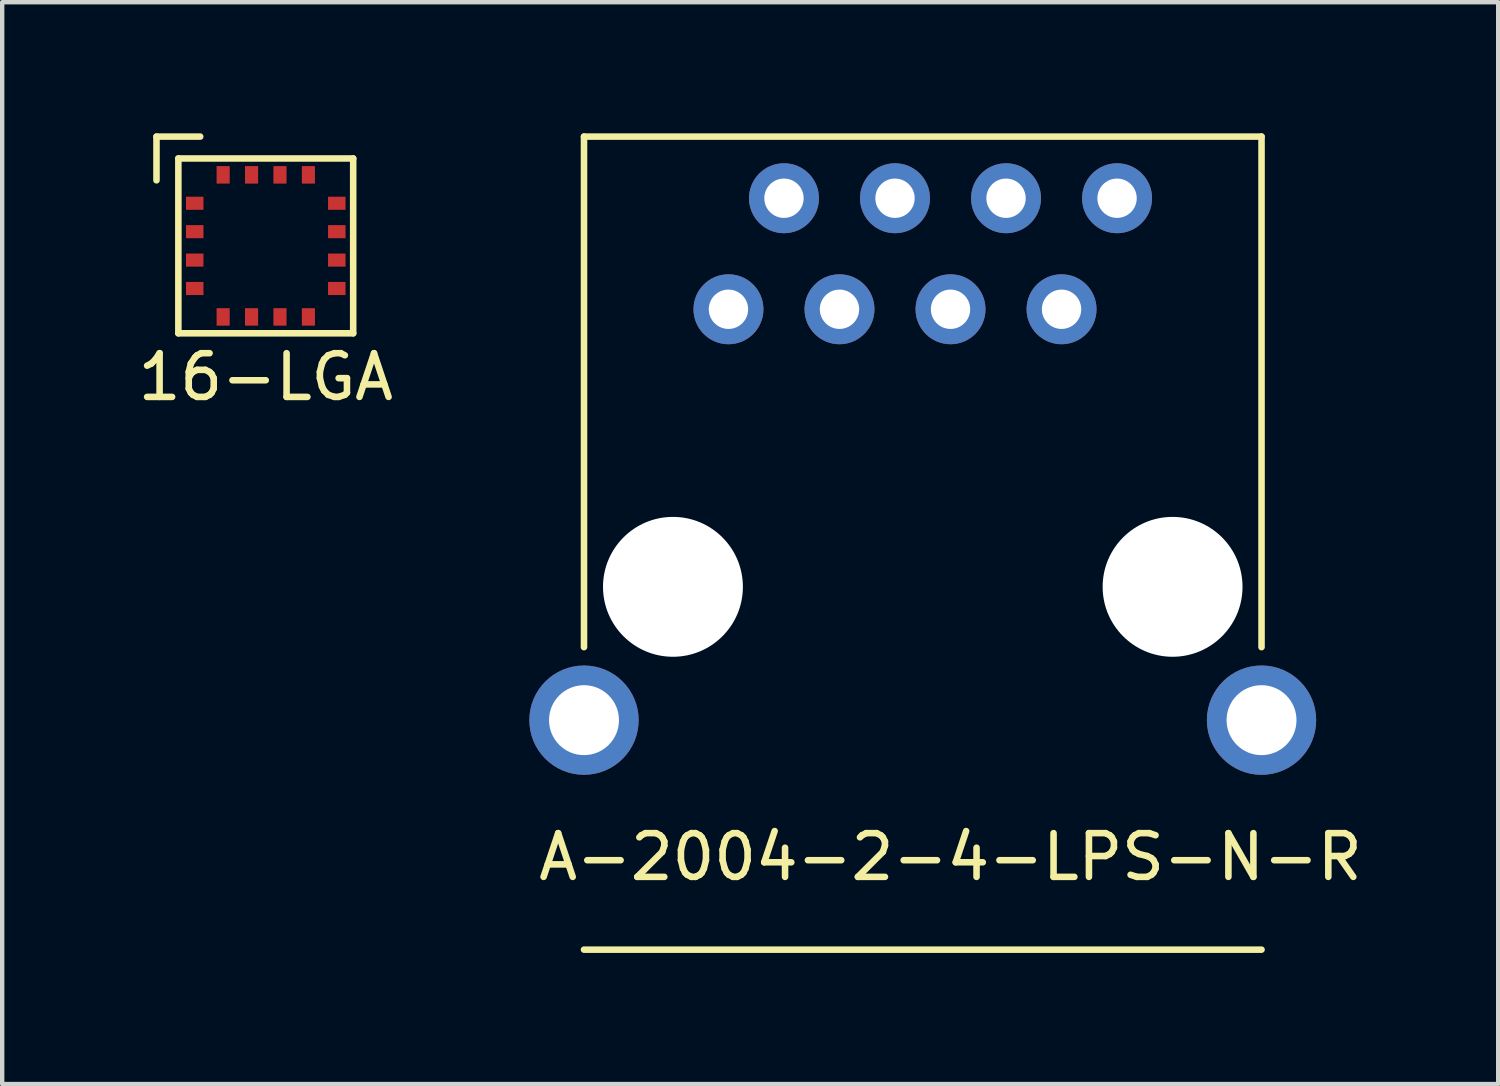
<source format=kicad_pcb>
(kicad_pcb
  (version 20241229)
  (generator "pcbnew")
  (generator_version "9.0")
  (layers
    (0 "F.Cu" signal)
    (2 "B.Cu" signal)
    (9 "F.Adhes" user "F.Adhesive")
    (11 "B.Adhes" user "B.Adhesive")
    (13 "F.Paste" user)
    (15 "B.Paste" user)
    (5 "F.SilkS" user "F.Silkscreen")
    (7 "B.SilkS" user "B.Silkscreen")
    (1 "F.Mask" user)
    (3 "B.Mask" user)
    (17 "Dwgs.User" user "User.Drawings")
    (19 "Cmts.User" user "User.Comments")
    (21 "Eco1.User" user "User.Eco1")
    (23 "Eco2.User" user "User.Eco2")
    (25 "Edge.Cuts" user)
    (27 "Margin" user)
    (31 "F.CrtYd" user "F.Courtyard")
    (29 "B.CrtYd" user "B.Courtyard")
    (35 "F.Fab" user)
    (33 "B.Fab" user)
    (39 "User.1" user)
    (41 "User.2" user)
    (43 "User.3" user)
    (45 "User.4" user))
  (footprint "A-2004-2-4-LPS-N-R"
    (layer "F.Cu")
    (at 18.695 2.755)
    (property "Reference" "A-2004-2-4-LPS-N-R" (at 0 13.8 0) (layer "F.SilkS") (effects (font (size 1 1) (thickness 0.15))))
    (attr through_hole)
    (fp_line (start -8.385 -2.68) (end -8.385 9) (stroke (width 0.15) (type solid)) (layer "F.SilkS"))
    (fp_line (start 7.115 -2.68) (end -8.385 -2.68) (stroke (width 0.15) (type solid)) (layer "F.SilkS"))
    (fp_line (start 7.115 -2.68) (end 7.115 9) (stroke (width 0.15) (type solid)) (layer "F.SilkS"))
    (fp_line (start 7.115 15.92) (end -8.385 15.92) (stroke (width 0.15) (type solid)) (layer "F.SilkS"))
    (pad "" np_thru_hole circle (at -6.35 7.62 90) (size 3.2 3.2) (drill 3.2) (layers "*.Cu" "*.Mask"))
    (pad "" np_thru_hole circle (at 5.08 7.62 90) (size 3.2 3.2) (drill 3.2) (layers "*.Cu" "*.Mask"))
    (pad "1" thru_hole circle (at -5.08 1.27) (size 1.6 1.6) (drill 0.9) (layers "*.Cu" "*.Mask"))
    (pad "2" thru_hole circle (at -3.81 -1.27) (size 1.6 1.6) (drill 0.9) (layers "*.Cu" "*.Mask"))
    (pad "3" thru_hole circle (at -2.54 1.27) (size 1.6 1.6) (drill 0.9) (layers "*.Cu" "*.Mask"))
    (pad "4" thru_hole circle (at -1.27 -1.27) (size 1.6 1.6) (drill 0.9) (layers "*.Cu" "*.Mask"))
    (pad "5" thru_hole circle (at 0 1.27) (size 1.6 1.6) (drill 0.9) (layers "*.Cu" "*.Mask"))
    (pad "6" thru_hole circle (at 1.27 -1.27) (size 1.6 1.6) (drill 0.9) (layers "*.Cu" "*.Mask"))
    (pad "7" thru_hole circle (at 2.54 1.27) (size 1.6 1.6) (drill 0.9) (layers "*.Cu" "*.Mask"))
    (pad "8" thru_hole circle (at 3.81 -1.27 90) (size 1.6 1.6) (drill 0.9) (layers "*.Cu" "*.Mask"))
    (pad "9" thru_hole circle (at -8.385 10.67 90) (size 2.5 2.5) (drill 1.6) (layers "*.Cu" "*.Mask"))
    (pad "9" thru_hole circle (at 7.115 10.67 90) (size 2.5 2.5) (drill 1.6) (layers "*.Cu" "*.Mask")))
  (footprint "16-LGA"
    (layer "F.Cu")
    (at 3.03 2.575)
    (property "Reference" "16-LGA" (at 0 3 0) (layer "F.SilkS") (effects (font (size 1 1) (thickness 0.15))))
    (attr through_hole)
    (fp_line (start -2.5 -2.5) (end -2.5 -1.5) (stroke (width 0.15) (type solid)) (layer "F.SilkS"))
    (fp_line (start -2.5 -2.5) (end -1.5 -2.5) (stroke (width 0.15) (type solid)) (layer "F.SilkS"))
    (fp_line (start -2 -2) (end 2 -2) (stroke (width 0.15) (type solid)) (layer "F.SilkS"))
    (fp_line (start -2 2) (end -2 -2) (stroke (width 0.15) (type solid)) (layer "F.SilkS"))
    (fp_line (start 2 -2) (end 2 2) (stroke (width 0.15) (type solid)) (layer "F.SilkS"))
    (fp_line (start 2 2) (end -2 2) (stroke (width 0.15) (type solid)) (layer "F.SilkS"))
    (pad "1" smd rect (at -1.625 -0.975) (size 0.4 0.3) (layers "F.Cu" "F.Mask" "F.Paste"))
    (pad "2" smd rect (at -1.625 -0.325) (size 0.4 0.3) (layers "F.Cu" "F.Mask" "F.Paste"))
    (pad "3" smd rect (at -1.625 0.325) (size 0.4 0.3) (layers "F.Cu" "F.Mask" "F.Paste"))
    (pad "4" smd rect (at -1.625 0.975) (size 0.4 0.3) (layers "F.Cu" "F.Mask" "F.Paste"))
    (pad "5" smd rect (at -0.975 1.625 90) (size 0.4 0.3) (layers "F.Cu" "F.Mask" "F.Paste"))
    (pad "6" smd rect (at -0.325 1.625 90) (size 0.4 0.3) (layers "F.Cu" "F.Mask" "F.Paste"))
    (pad "7" smd rect (at 0.325 1.625 90) (size 0.4 0.3) (layers "F.Cu" "F.Mask" "F.Paste"))
    (pad "8" smd rect (at 0.975 1.625 90) (size 0.4 0.3) (layers "F.Cu" "F.Mask" "F.Paste"))
    (pad "9" smd rect (at 1.625 0.975 180) (size 0.4 0.3) (layers "F.Cu" "F.Mask" "F.Paste"))
    (pad "10" smd rect (at 1.625 0.325 180) (size 0.4 0.3) (layers "F.Cu" "F.Mask" "F.Paste"))
    (pad "11" smd rect (at 1.625 -0.325) (size 0.4 0.3) (layers "F.Cu" "F.Mask" "F.Paste"))
    (pad "12" smd rect (at 1.625 -0.975 180) (size 0.4 0.3) (layers "F.Cu" "F.Mask" "F.Paste"))
    (pad "13" smd rect (at 0.975 -1.625 90) (size 0.4 0.3) (layers "F.Cu" "F.Mask" "F.Paste"))
    (pad "14" smd rect (at 0.325 -1.625 90) (size 0.4 0.3) (layers "F.Cu" "F.Mask" "F.Paste"))
    (pad "15" smd rect (at -0.325 -1.625 90) (size 0.4 0.3) (layers "F.Cu" "F.Mask" "F.Paste"))
    (pad "16" smd rect (at -0.975 -1.625 90) (size 0.4 0.3) (layers "F.Cu" "F.Mask" "F.Paste")))
  (gr_rect
    (start -3 -3)
    (end 31.224 21.75)
    (stroke (width 0.1) (type default))
    (fill no)
    (layer "Edge.Cuts")))
</source>
